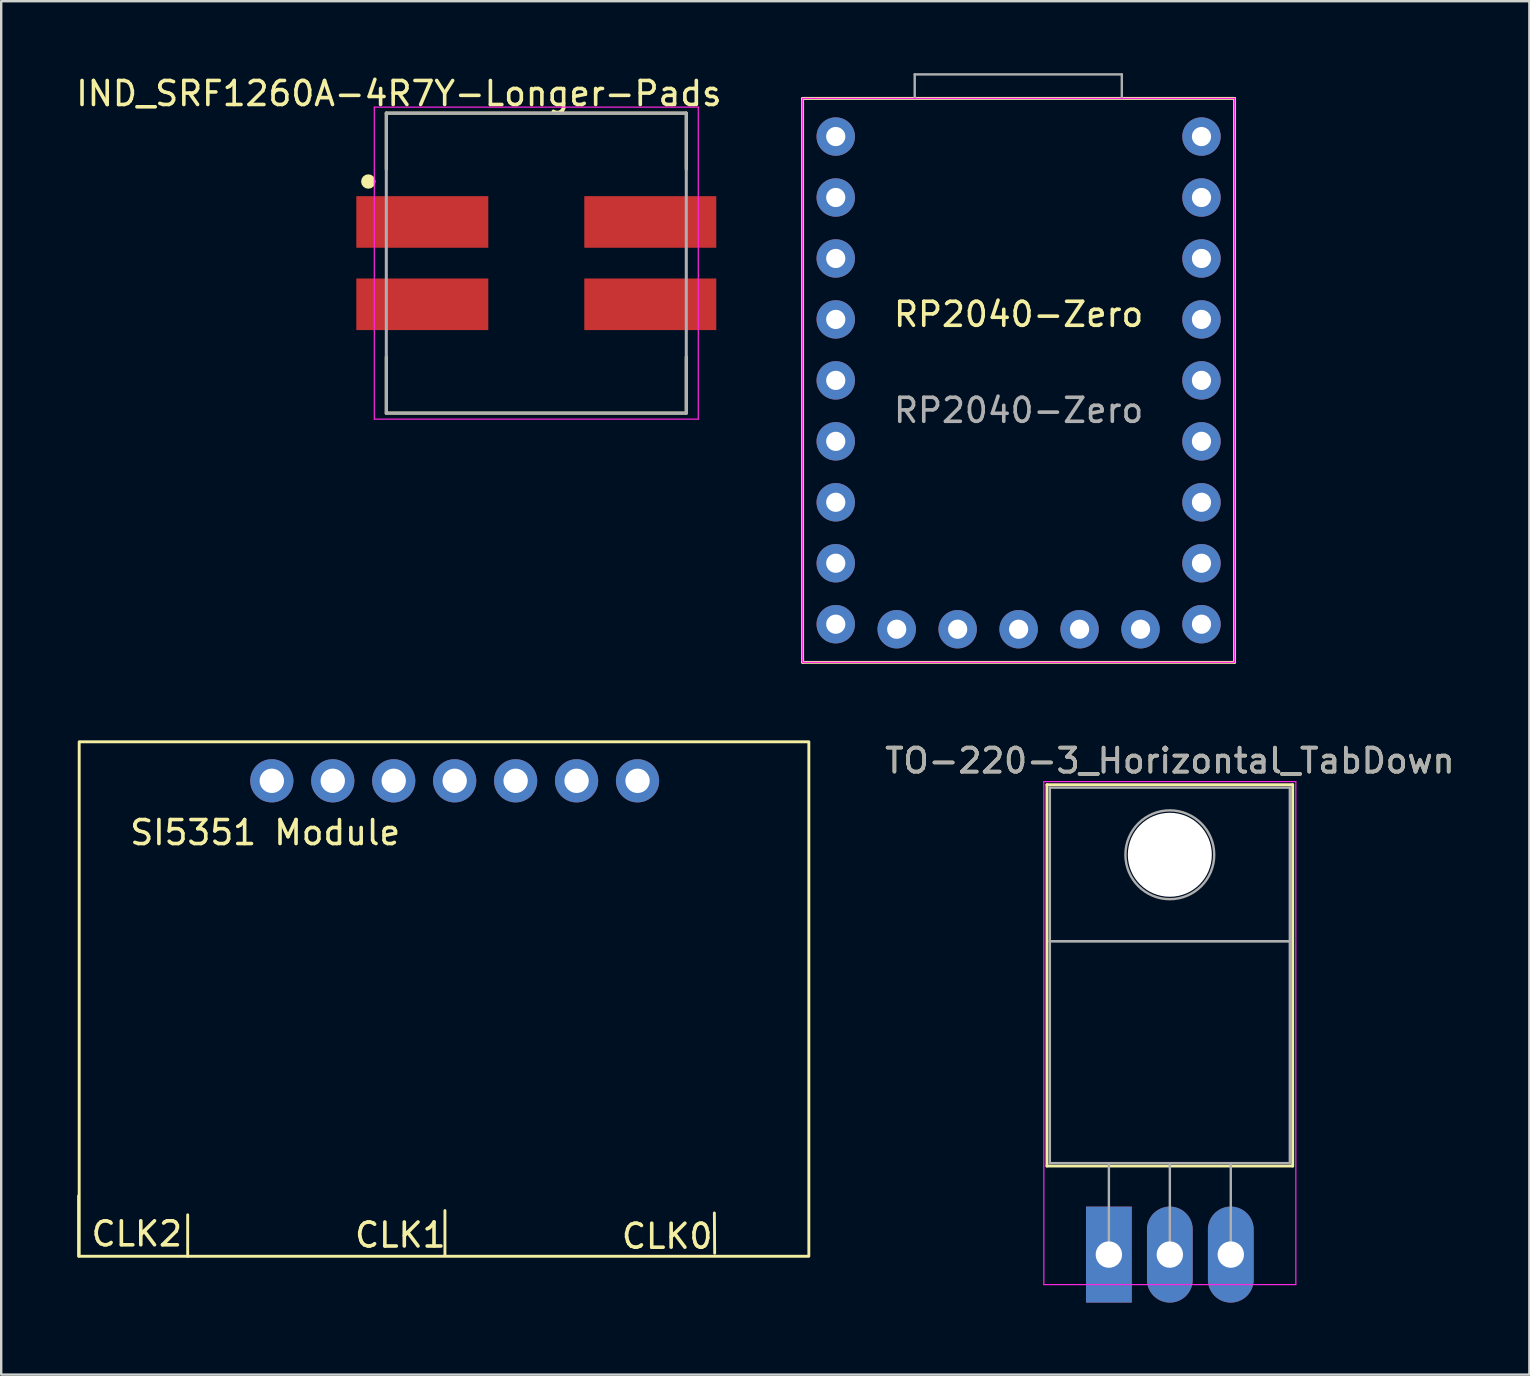
<source format=kicad_pcb>
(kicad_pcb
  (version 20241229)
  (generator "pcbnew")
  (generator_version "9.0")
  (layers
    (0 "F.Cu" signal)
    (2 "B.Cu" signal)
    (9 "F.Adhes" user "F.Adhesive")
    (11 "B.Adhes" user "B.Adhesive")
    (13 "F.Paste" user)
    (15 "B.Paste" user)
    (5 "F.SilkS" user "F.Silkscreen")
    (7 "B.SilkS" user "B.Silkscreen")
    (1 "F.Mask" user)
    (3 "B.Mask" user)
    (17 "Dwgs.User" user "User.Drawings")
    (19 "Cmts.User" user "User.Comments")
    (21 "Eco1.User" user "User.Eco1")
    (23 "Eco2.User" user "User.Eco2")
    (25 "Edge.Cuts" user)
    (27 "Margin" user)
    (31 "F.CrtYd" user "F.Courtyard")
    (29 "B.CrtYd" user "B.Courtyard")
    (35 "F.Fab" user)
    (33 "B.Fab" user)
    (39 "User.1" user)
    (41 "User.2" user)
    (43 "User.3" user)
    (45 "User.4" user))
  (footprint "SI5351 Module"
    (layer "F.Cu")
    (at 0.25 34.464)
    (property "Reference" "SI5351 Module" (at 7.75 -2.82 0) (layer "F.SilkS") (effects (font (size 1 1) (thickness 0.15))))
    (attr through_hole)
    (fp_line (start -0.025 12.319) (end -0.025 14.834) (stroke (width 0.12) (type solid)) (layer "F.SilkS"))
    (fp_line (start 4.521 14.834) (end 4.521 13.106) (stroke (width 0.12) (type solid)) (layer "F.SilkS"))
    (fp_line (start 15.24 14.783) (end 15.24 12.929) (stroke (width 0.12) (type solid)) (layer "F.SilkS"))
    (fp_line (start 26.48 14.707) (end 26.467 13.03) (stroke (width 0.12) (type solid)) (layer "F.SilkS"))
    (fp_rect (start 0 -6.604) (end 30.404 14.834) (stroke (width 0.12) (type solid)) (fill no) (layer "F.SilkS"))
    (fp_text user "CLK0" (at 24.5 14 0) (layer "F.SilkS") (effects (font (size 1 1) (thickness 0.15))))
    (fp_text user "CLK2" (at 2.4 13.9 0) (layer "F.SilkS") (effects (font (size 1 1) (thickness 0.15))))
    (fp_text user "CLK1" (at 13.38 13.95 0) (layer "F.SilkS") (effects (font (size 1 1) (thickness 0.15))))
    (pad "1" thru_hole circle (at 8.026 -4.978) (size 1.8 1.8) (drill 1.016) (layers "*.Cu" "*.Mask"))
    (pad "2" thru_hole circle (at 10.566 -4.978) (size 1.8 1.8) (drill 1.016) (layers "*.Cu" "*.Mask"))
    (pad "3" thru_hole circle (at 13.106 -4.978) (size 1.8 1.8) (drill 1.016) (layers "*.Cu" "*.Mask"))
    (pad "4" thru_hole circle (at 15.646 -4.978) (size 1.8 1.8) (drill 1.016) (layers "*.Cu" "*.Mask"))
    (pad "5" thru_hole circle (at 18.186 -4.978) (size 1.8 1.8) (drill 1.016) (layers "*.Cu" "*.Mask"))
    (pad "6" thru_hole circle (at 20.726 -4.978) (size 1.8 1.8) (drill 1.016) (layers "*.Cu" "*.Mask"))
    (pad "7" thru_hole circle (at 23.266 -4.978) (size 1.8 1.8) (drill 1.016) (layers "*.Cu" "*.Mask")))
  (footprint "RP2040-Zero"
    (layer "F.Cu")
    (at 30.395 24.55)
    (property "Reference" "RP2040-Zero" (at 9 -14.5 0) (unlocked yes) (layer "F.SilkS") (effects (font (size 1 1) (thickness 0.15))))
    (attr through_hole)
    (fp_line (start 0 -23.5) (end 0 0) (stroke (width 0.12) (type solid)) (layer "F.SilkS"))
    (fp_line (start 0 0) (end 18 0) (stroke (width 0.12) (type solid)) (layer "F.SilkS"))
    (fp_line (start 18 -23.5) (end 0 -23.5) (stroke (width 0.12) (type solid)) (layer "F.SilkS"))
    (fp_line (start 18 0) (end 18 -23.5) (stroke (width 0.12) (type solid)) (layer "F.SilkS"))
    (fp_line (start 0 -23.5) (end 18 -23.5) (stroke (width 0.05) (type solid)) (layer "F.CrtYd"))
    (fp_line (start 0 0) (end 0 -23.5) (stroke (width 0.05) (type solid)) (layer "F.CrtYd"))
    (fp_line (start 18 -23.5) (end 18 0) (stroke (width 0.05) (type solid)) (layer "F.CrtYd"))
    (fp_line (start 18 0) (end 0 0) (stroke (width 0.05) (type solid)) (layer "F.CrtYd"))
    (fp_line (start 4.67 -24.5) (end 4.67 -23.5) (stroke (width 0.1) (type solid)) (layer "F.Fab"))
    (fp_line (start 4.67 -24.5) (end 13.3 -24.5) (stroke (width 0.1) (type solid)) (layer "F.Fab"))
    (fp_line (start 13.3 -24.5) (end 13.3 -23.5) (stroke (width 0.1) (type solid)) (layer "F.Fab"))
    (fp_text user "${REFERENCE}" (at 9 -10.5 0) (unlocked yes) (layer "F.Fab") (effects (font (size 1 1) (thickness 0.15))))
    (pad "1" thru_hole circle (at 16.62 -21.91) (size 1.6 1.6) (drill 0.8) (layers "*.Cu" "*.Mask"))
    (pad "2" thru_hole circle (at 16.62 -19.37) (size 1.6 1.6) (drill 0.8) (layers "*.Cu" "*.Mask"))
    (pad "3" thru_hole circle (at 16.62 -16.83) (size 1.6 1.6) (drill 0.8) (layers "*.Cu" "*.Mask"))
    (pad "4" thru_hole circle (at 16.62 -14.29) (size 1.6 1.6) (drill 0.8) (layers "*.Cu" "*.Mask"))
    (pad "5" thru_hole circle (at 16.62 -11.75) (size 1.6 1.6) (drill 0.8) (layers "*.Cu" "*.Mask"))
    (pad "6" thru_hole circle (at 16.62 -9.21) (size 1.6 1.6) (drill 0.8) (layers "*.Cu" "*.Mask"))
    (pad "7" thru_hole circle (at 16.62 -6.67) (size 1.6 1.6) (drill 0.8) (layers "*.Cu" "*.Mask"))
    (pad "8" thru_hole circle (at 16.62 -4.13) (size 1.6 1.6) (drill 0.8) (layers "*.Cu" "*.Mask"))
    (pad "9" thru_hole circle (at 16.62 -1.59) (size 1.6 1.6) (drill 0.8) (layers "*.Cu" "*.Mask"))
    (pad "10" thru_hole circle (at 14.08 -1.38) (size 1.6 1.6) (drill 0.8) (layers "*.Cu" "*.Mask"))
    (pad "11" thru_hole circle (at 11.54 -1.38) (size 1.6 1.6) (drill 0.8) (layers "*.Cu" "*.Mask"))
    (pad "12" thru_hole circle (at 9 -1.38) (size 1.6 1.6) (drill 0.8) (layers "*.Cu" "*.Mask"))
    (pad "13" thru_hole circle (at 6.46 -1.38) (size 1.6 1.6) (drill 0.8) (layers "*.Cu" "*.Mask"))
    (pad "14" thru_hole circle (at 3.92 -1.38) (size 1.6 1.6) (drill 0.8) (layers "*.Cu" "*.Mask"))
    (pad "15" thru_hole circle (at 1.38 -1.59) (size 1.6 1.6) (drill 0.8) (layers "*.Cu" "*.Mask"))
    (pad "16" thru_hole circle (at 1.38 -4.13) (size 1.6 1.6) (drill 0.8) (layers "*.Cu" "*.Mask"))
    (pad "17" thru_hole circle (at 1.38 -6.67) (size 1.6 1.6) (drill 0.8) (layers "*.Cu" "*.Mask"))
    (pad "18" thru_hole circle (at 1.38 -9.21) (size 1.6 1.6) (drill 0.8) (layers "*.Cu" "*.Mask"))
    (pad "19" thru_hole circle (at 1.38 -11.75) (size 1.6 1.6) (drill 0.8) (layers "*.Cu" "*.Mask"))
    (pad "20" thru_hole circle (at 1.38 -14.29) (size 1.6 1.6) (drill 0.8) (layers "*.Cu" "*.Mask"))
    (pad "21" thru_hole circle (at 1.38 -16.83) (size 1.6 1.6) (drill 0.8) (layers "*.Cu" "*.Mask"))
    (pad "22" thru_hole circle (at 1.38 -21.91) (size 1.6 1.6) (drill 0.8) (layers "*.Cu" "*.Mask"))
    (pad "23" thru_hole circle (at 1.38 -19.37) (size 1.6 1.6) (drill 0.8) (layers "*.Cu" "*.Mask")))
  (footprint "IND_SRF1260A-4R7Y-Longer-Pads"
    (layer "F.Cu")
    (at 19.297 7.914)
    (property "Reference" "IND_SRF1260A-4R7Y-Longer-Pads" (at -5.725 -7.065 0) (layer "F.SilkS") (effects (font (size 1.001 1.001) (thickness 0.15))))
    (attr smd)
    (fp_line (start -6.25 -6.25) (end 6.25 -6.25) (stroke (width 0.127) (type solid)) (layer "F.SilkS"))
    (fp_line (start -6.25 -3.91) (end -6.25 -6.25) (stroke (width 0.127) (type solid)) (layer "F.SilkS"))
    (fp_line (start -6.25 6.25) (end -6.25 3.91) (stroke (width 0.127) (type solid)) (layer "F.SilkS"))
    (fp_line (start 6.25 -6.25) (end 6.25 -3.91) (stroke (width 0.127) (type solid)) (layer "F.SilkS"))
    (fp_line (start 6.25 3.91) (end 6.25 6.25) (stroke (width 0.127) (type solid)) (layer "F.SilkS"))
    (fp_line (start 6.25 6.25) (end -6.25 6.25) (stroke (width 0.127) (type solid)) (layer "F.SilkS"))
    (fp_circle (center -7 -3.4) (end -6.85 -3.4) (stroke (width 0.3) (type solid)) (fill no) (layer "F.SilkS"))
    (fp_line (start -6.75 -6.5) (end 6.75 -6.5) (stroke (width 0.05) (type solid)) (layer "F.CrtYd"))
    (fp_line (start -6.75 6.5) (end -6.75 -6.5) (stroke (width 0.05) (type solid)) (layer "F.CrtYd"))
    (fp_line (start 6.75 -6.5) (end 6.75 6.5) (stroke (width 0.05) (type solid)) (layer "F.CrtYd"))
    (fp_line (start 6.75 6.5) (end -6.75 6.5) (stroke (width 0.05) (type solid)) (layer "F.CrtYd"))
    (fp_line (start -6.25 -6.25) (end 6.25 -6.25) (stroke (width 0.127) (type solid)) (layer "F.Fab"))
    (fp_line (start -6.25 6.25) (end -6.25 -6.25) (stroke (width 0.127) (type solid)) (layer "F.Fab"))
    (fp_line (start 6.25 -6.25) (end 6.25 6.25) (stroke (width 0.127) (type solid)) (layer "F.Fab"))
    (fp_line (start 6.25 6.25) (end -6.25 6.25) (stroke (width 0.127) (type solid)) (layer "F.Fab"))
    (pad "1" smd rect (at -4.75 -1.715 180) (size 5.5 2.15) (layers "F.Cu" "F.Mask" "F.Paste"))
    (pad "2" smd rect (at -4.75 1.715 180) (size 5.5 2.15) (layers "F.Cu" "F.Mask" "F.Paste"))
    (pad "3" smd rect (at 4.75 1.715 180) (size 5.5 2.15) (layers "F.Cu" "F.Mask" "F.Paste"))
    (pad "4" smd rect (at 4.75 -1.715 180) (size 5.5 2.15) (layers "F.Cu" "F.Mask" "F.Paste")))
  (footprint "TO-220-3_Horizontal_TabDown"
    (layer "F.Cu")
    (at 43.156 49.228)
    (property "Reference" "TO-220-3_Horizontal_TabDown" (at 2.54 -20.58 0) (layer "F.SilkS") (effects (font (size 1 1) (thickness 0.15))))
    (attr through_hole exclude_from_pos_files)
    (fp_line (start -2.58 -19.58) (end -2.58 -3.69) (stroke (width 0.12) (type solid)) (layer "F.SilkS"))
    (fp_line (start -2.58 -19.58) (end 7.66 -19.58) (stroke (width 0.12) (type solid)) (layer "F.SilkS"))
    (fp_line (start -2.58 -3.69) (end 7.66 -3.69) (stroke (width 0.12) (type solid)) (layer "F.SilkS"))
    (fp_line (start 7.66 -19.58) (end 7.66 -3.69) (stroke (width 0.12) (type solid)) (layer "F.SilkS"))
    (fp_line (start -2.71 -19.71) (end -2.71 1.25) (stroke (width 0.05) (type solid)) (layer "F.CrtYd"))
    (fp_line (start -2.71 1.25) (end 7.79 1.25) (stroke (width 0.05) (type solid)) (layer "F.CrtYd"))
    (fp_line (start 7.79 -19.71) (end -2.71 -19.71) (stroke (width 0.05) (type solid)) (layer "F.CrtYd"))
    (fp_line (start 7.79 1.25) (end 7.79 -19.71) (stroke (width 0.05) (type solid)) (layer "F.CrtYd"))
    (fp_line (start -2.46 -19.46) (end 7.54 -19.46) (stroke (width 0.1) (type solid)) (layer "F.Fab"))
    (fp_line (start -2.46 -13.06) (end -2.46 -19.46) (stroke (width 0.1) (type solid)) (layer "F.Fab"))
    (fp_line (start -2.46 -13.06) (end 7.54 -13.06) (stroke (width 0.1) (type solid)) (layer "F.Fab"))
    (fp_line (start -2.46 -3.81) (end -2.46 -13.06) (stroke (width 0.1) (type solid)) (layer "F.Fab"))
    (fp_line (start 0 -3.81) (end 0 0) (stroke (width 0.1) (type solid)) (layer "F.Fab"))
    (fp_line (start 2.54 -3.81) (end 2.54 0) (stroke (width 0.1) (type solid)) (layer "F.Fab"))
    (fp_line (start 5.08 -3.81) (end 5.08 0) (stroke (width 0.1) (type solid)) (layer "F.Fab"))
    (fp_line (start 7.54 -19.46) (end 7.54 -13.06) (stroke (width 0.1) (type solid)) (layer "F.Fab"))
    (fp_line (start 7.54 -13.06) (end -2.46 -13.06) (stroke (width 0.1) (type solid)) (layer "F.Fab"))
    (fp_line (start 7.54 -13.06) (end 7.54 -3.81) (stroke (width 0.1) (type solid)) (layer "F.Fab"))
    (fp_line (start 7.54 -3.81) (end -2.46 -3.81) (stroke (width 0.1) (type solid)) (layer "F.Fab"))
    (fp_circle (center 2.54 -16.66) (end 4.39 -16.66) (stroke (width 0.1) (type solid)) (fill no) (layer "F.Fab"))
    (fp_text user "${REFERENCE}" (at 2.54 -20.58 0) (layer "F.Fab") (effects (font (size 1 1) (thickness 0.15))))
    (pad "" np_thru_hole oval (at 2.54 -16.66) (size 3.5 3.5) (drill 3.5) (layers "*.Cu" "*.Mask"))
    (pad "1" thru_hole rect (at 0 0) (size 1.905 4) (drill 1.1) (layers "*.Cu" "*.Mask"))
    (pad "2" thru_hole oval (at 2.54 0) (size 1.905 4) (drill 1.1) (layers "*.Cu" "*.Mask"))
    (pad "3" thru_hole oval (at 5.08 0) (size 1.905 4) (drill 1.1) (layers "*.Cu" "*.Mask")))
  (gr_rect
    (start -3 -3)
    (end 60.678 54.228)
    (stroke (width 0.1) (type default))
    (fill no)
    (layer "Edge.Cuts")))
</source>
